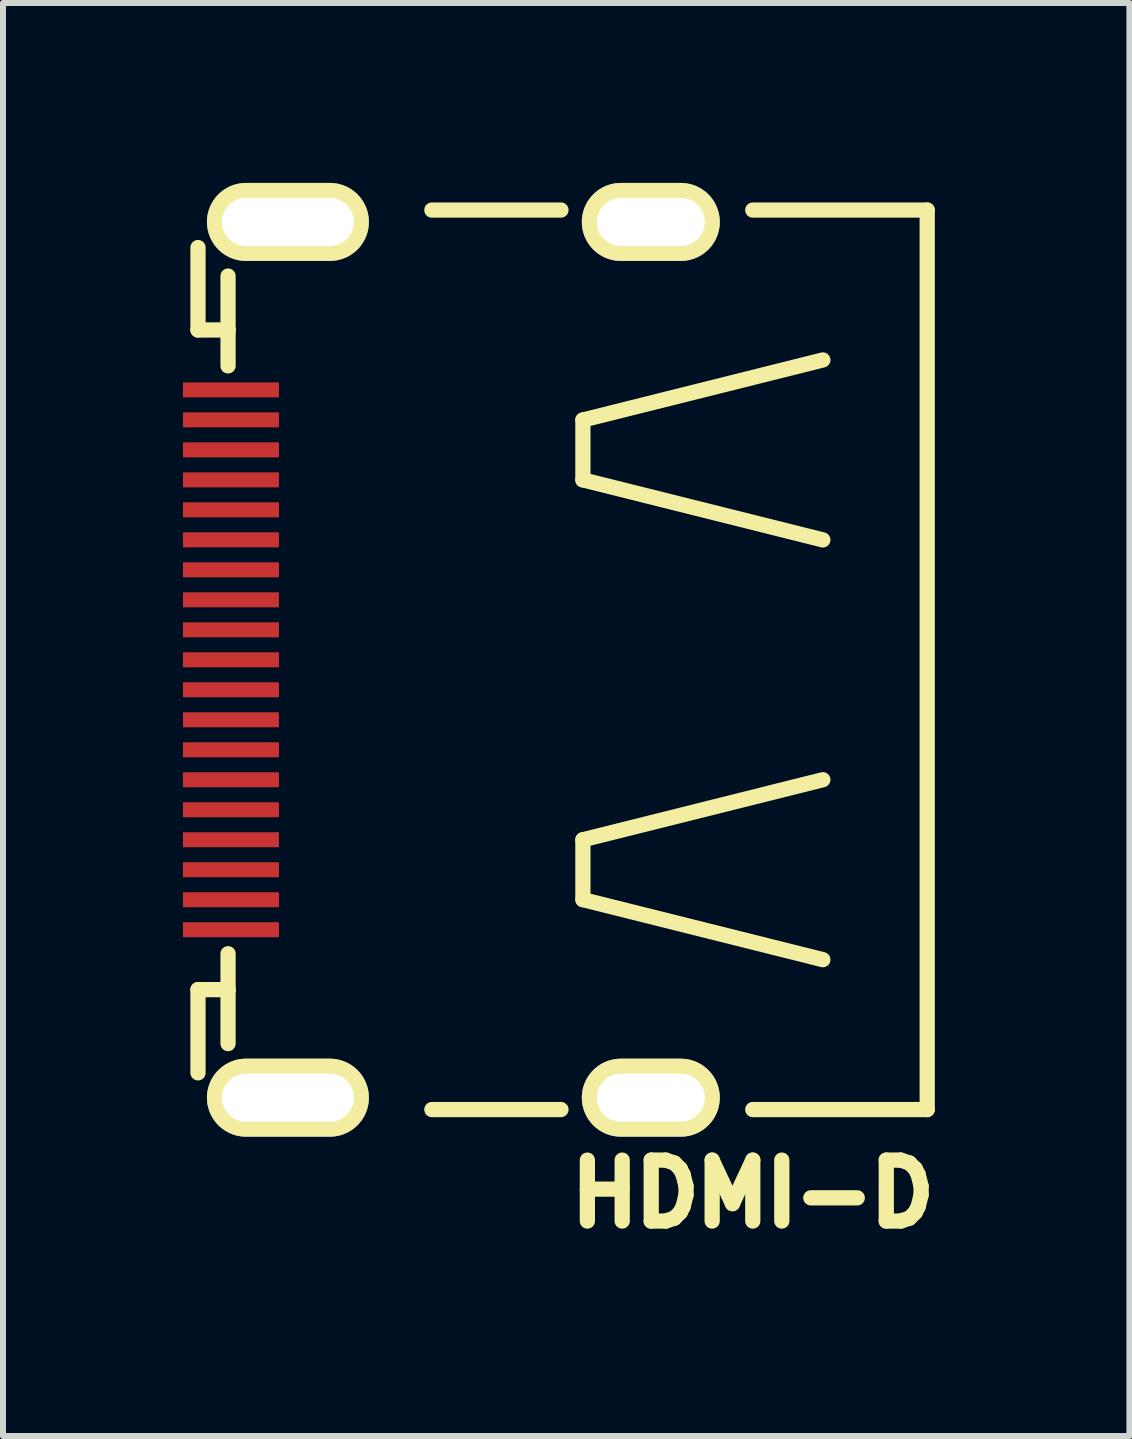
<source format=kicad_pcb>
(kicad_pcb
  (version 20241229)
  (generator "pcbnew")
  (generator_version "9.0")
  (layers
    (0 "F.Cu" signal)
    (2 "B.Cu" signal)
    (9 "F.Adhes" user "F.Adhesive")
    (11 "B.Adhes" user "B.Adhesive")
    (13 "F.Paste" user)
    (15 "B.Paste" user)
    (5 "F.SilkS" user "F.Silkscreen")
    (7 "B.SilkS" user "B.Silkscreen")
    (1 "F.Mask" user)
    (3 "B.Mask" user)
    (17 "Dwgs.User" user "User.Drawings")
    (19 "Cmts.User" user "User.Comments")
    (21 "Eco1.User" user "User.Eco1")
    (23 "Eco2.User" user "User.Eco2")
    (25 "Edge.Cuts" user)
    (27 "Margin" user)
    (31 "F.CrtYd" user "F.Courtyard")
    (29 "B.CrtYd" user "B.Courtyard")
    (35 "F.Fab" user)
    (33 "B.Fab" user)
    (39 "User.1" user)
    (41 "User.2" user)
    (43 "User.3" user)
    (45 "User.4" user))
  (footprint "HDMI-D"
    (layer "F.Cu")
    (at 6.35 7.95)
    (property "Reference" "HDMI-D" (at 3.15 8.9 180) (layer "F.SilkS") (effects (font (size 1.016 1.016) (thickness 0.254))))
    (attr smd)
    (fp_line (start -6.099 -6.873) (end -6.099 -5.499) (stroke (width 0.254) (type solid)) (layer "F.SilkS"))
    (fp_line (start -6.099 -5.499) (end -5.598 -5.499) (stroke (width 0.254) (type solid)) (layer "F.SilkS"))
    (fp_line (start -6.099 5.499) (end -6.099 6.886) (stroke (width 0.254) (type solid)) (layer "F.SilkS"))
    (fp_line (start -5.598 -5.499) (end -5.598 -6.398) (stroke (width 0.254) (type solid)) (layer "F.SilkS"))
    (fp_line (start -5.598 -4.9) (end -5.598 -5.499) (stroke (width 0.254) (type solid)) (layer "F.SilkS"))
    (fp_line (start -5.598 5.499) (end -6.099 5.499) (stroke (width 0.254) (type solid)) (layer "F.SilkS"))
    (fp_line (start -5.598 5.499) (end -5.598 4.9) (stroke (width 0.254) (type solid)) (layer "F.SilkS"))
    (fp_line (start -5.598 6.398) (end -5.598 5.499) (stroke (width 0.254) (type solid)) (layer "F.SilkS"))
    (fp_line (start -2.2 -7.498) (end -0.048 -7.498) (stroke (width 0.254) (type solid)) (layer "F.SilkS"))
    (fp_line (start -0.048 7.498) (end -2.2 7.498) (stroke (width 0.254) (type solid)) (layer "F.SilkS"))
    (fp_line (start 0.318 -3.998) (end 4.318 -4.999) (stroke (width 0.254) (type solid)) (layer "F.SilkS"))
    (fp_line (start 0.318 -3) (end 0.318 -3.998) (stroke (width 0.254) (type solid)) (layer "F.SilkS"))
    (fp_line (start 0.318 3) (end 0.318 3.998) (stroke (width 0.254) (type solid)) (layer "F.SilkS"))
    (fp_line (start 0.318 3.998) (end 4.318 4.999) (stroke (width 0.254) (type solid)) (layer "F.SilkS"))
    (fp_line (start 3.15 -7.498) (end 6.058 -7.498) (stroke (width 0.254) (type solid)) (layer "F.SilkS"))
    (fp_line (start 4.318 -1.999) (end 0.318 -3) (stroke (width 0.254) (type solid)) (layer "F.SilkS"))
    (fp_line (start 4.318 1.999) (end 0.318 3) (stroke (width 0.254) (type solid)) (layer "F.SilkS"))
    (fp_line (start 6.058 -7.498) (end 6.058 7.498) (stroke (width 0.254) (type solid)) (layer "F.SilkS"))
    (fp_line (start 6.058 7.498) (end 3.15 7.498) (stroke (width 0.254) (type solid)) (layer "F.SilkS"))
    (pad "0" thru_hole oval (at -4.6 -7.3 270) (size 1.3 2.7) (drill oval 0.8 2.2) (layers "*.Cu" "*.Mask" "F.SilkS"))
    (pad "0" thru_hole oval (at -4.6 7.3 270) (size 1.3 2.7) (drill oval 0.8 2.2) (layers "*.Cu" "*.Mask" "F.SilkS"))
    (pad "0" thru_hole oval (at 1.45 -7.3 270) (size 1.3 2.3) (drill oval 0.8 1.8) (layers "*.Cu" "*.Mask" "F.SilkS"))
    (pad "0" thru_hole oval (at 1.45 7.3 270) (size 1.3 2.3) (drill oval 0.8 1.8) (layers "*.Cu" "*.Mask" "F.SilkS"))
    (pad "1" smd rect (at -5.55 -4.5) (size 1.6 0.25) (layers "F.Cu" "F.Mask" "F.Paste"))
    (pad "2" smd rect (at -5.55 -4) (size 1.6 0.25) (layers "F.Cu" "F.Mask" "F.Paste"))
    (pad "3" smd rect (at -5.55 -3.5) (size 1.6 0.25) (layers "F.Cu" "F.Mask" "F.Paste"))
    (pad "4" smd rect (at -5.55 -3) (size 1.6 0.25) (layers "F.Cu" "F.Mask" "F.Paste"))
    (pad "5" smd rect (at -5.55 -2.5) (size 1.6 0.25) (layers "F.Cu" "F.Mask" "F.Paste"))
    (pad "6" smd rect (at -5.55 -2) (size 1.6 0.25) (layers "F.Cu" "F.Mask" "F.Paste"))
    (pad "7" smd rect (at -5.55 -1.5) (size 1.6 0.25) (layers "F.Cu" "F.Mask" "F.Paste"))
    (pad "8" smd rect (at -5.55 -1) (size 1.6 0.25) (layers "F.Cu" "F.Mask" "F.Paste"))
    (pad "9" smd rect (at -5.55 -0.5) (size 1.6 0.25) (layers "F.Cu" "F.Mask" "F.Paste"))
    (pad "10" smd rect (at -5.55 0) (size 1.6 0.25) (layers "F.Cu" "F.Mask" "F.Paste"))
    (pad "11" smd rect (at -5.55 0.5) (size 1.6 0.25) (layers "F.Cu" "F.Mask" "F.Paste"))
    (pad "12" smd rect (at -5.55 1) (size 1.6 0.25) (layers "F.Cu" "F.Mask" "F.Paste"))
    (pad "13" smd rect (at -5.55 1.5) (size 1.6 0.25) (layers "F.Cu" "F.Mask" "F.Paste"))
    (pad "14" smd rect (at -5.55 2) (size 1.6 0.25) (layers "F.Cu" "F.Mask" "F.Paste"))
    (pad "15" smd rect (at -5.55 2.5) (size 1.6 0.25) (layers "F.Cu" "F.Mask" "F.Paste"))
    (pad "16" smd rect (at -5.55 3) (size 1.6 0.25) (layers "F.Cu" "F.Mask" "F.Paste"))
    (pad "17" smd rect (at -5.55 3.5) (size 1.6 0.25) (layers "F.Cu" "F.Mask" "F.Paste"))
    (pad "18" smd rect (at -5.55 4) (size 1.6 0.25) (layers "F.Cu" "F.Mask" "F.Paste"))
    (pad "19" smd rect (at -5.55 4.5) (size 1.6 0.25) (layers "F.Cu" "F.Mask" "F.Paste")))
  (gr_rect
    (start -3 -3)
    (end 15.779 20.89)
    (stroke (width 0.1) (type default))
    (fill no)
    (layer "Edge.Cuts")))
</source>
